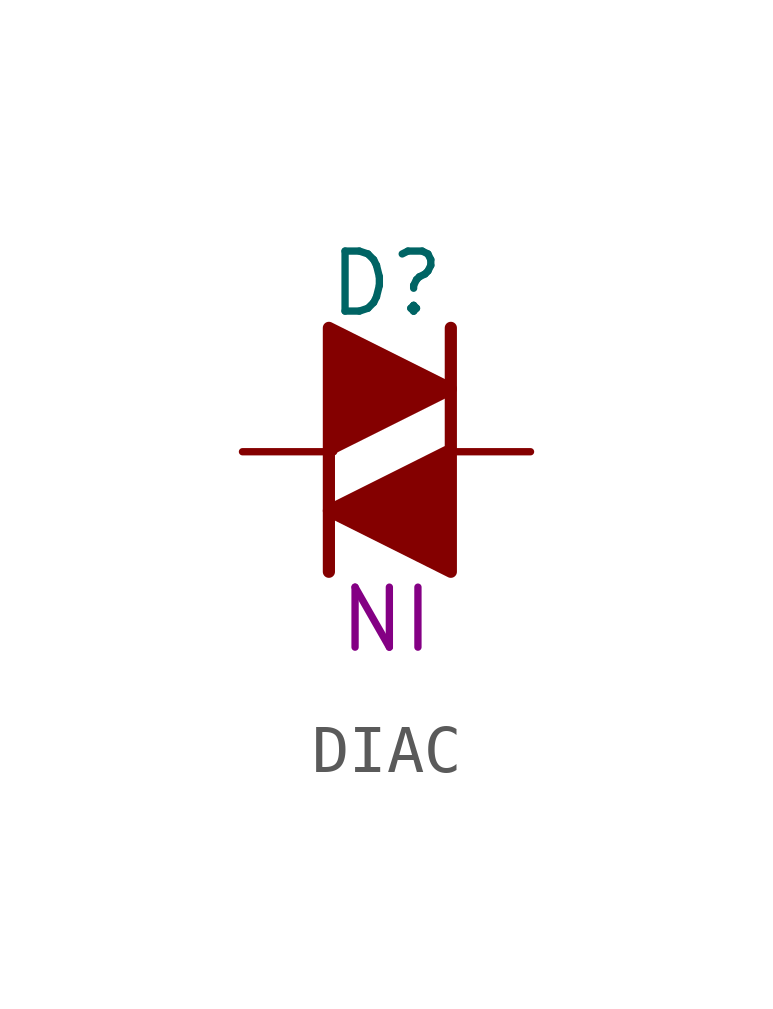
<source format=kicad_sym>
(kicad_symbol_lib
  (version 20241209)
  (generator "kicad_symbol_editor")
  (generator_version "9.0")
  (symbol "DIAC"
    (pin_numbers
      (hide yes))
    (pin_names
      (offset 0)
      (hide yes))
    (property "Reference" "D"
      (at 3 3.5 0)
      (do_not_autoplace)
      (effects (font (size 1.25 1.25))))
    (property "Part#" "NI"
      (at 3 -3.5 0)
      (do_not_autoplace)
      (effects (font (size 1.25 1.25))))
    (symbol "DIAC_0_1"
      (polyline (pts (xy 1.8 -2.5) (xy 1.8 2.58) (xy 4.34 1.31) (xy 1.8 0.04)) (stroke (width 0.254) (type default)) (fill (type outline)))
      (polyline (pts (xy 4.34 2.58) (xy 4.34 -2.5) (xy 1.8 -1.23) (xy 4.34 0.04)) (stroke (width 0.254) (type default)) (fill (type outline))))
    (symbol "DIAC_1_1"
      (pin passive line (at 0 0 0) (length 1.9) (name "A1" (effects (font (size 1.25 1.25)))) (number "1" (effects (font (size 1.25 1.25)))))
      (pin passive line (at 6 0 180) (length 1.7) (name "A2" (effects (font (size 1.25 1.25)))) (number "2" (effects (font (size 1.25 1.25))))))))
</source>
